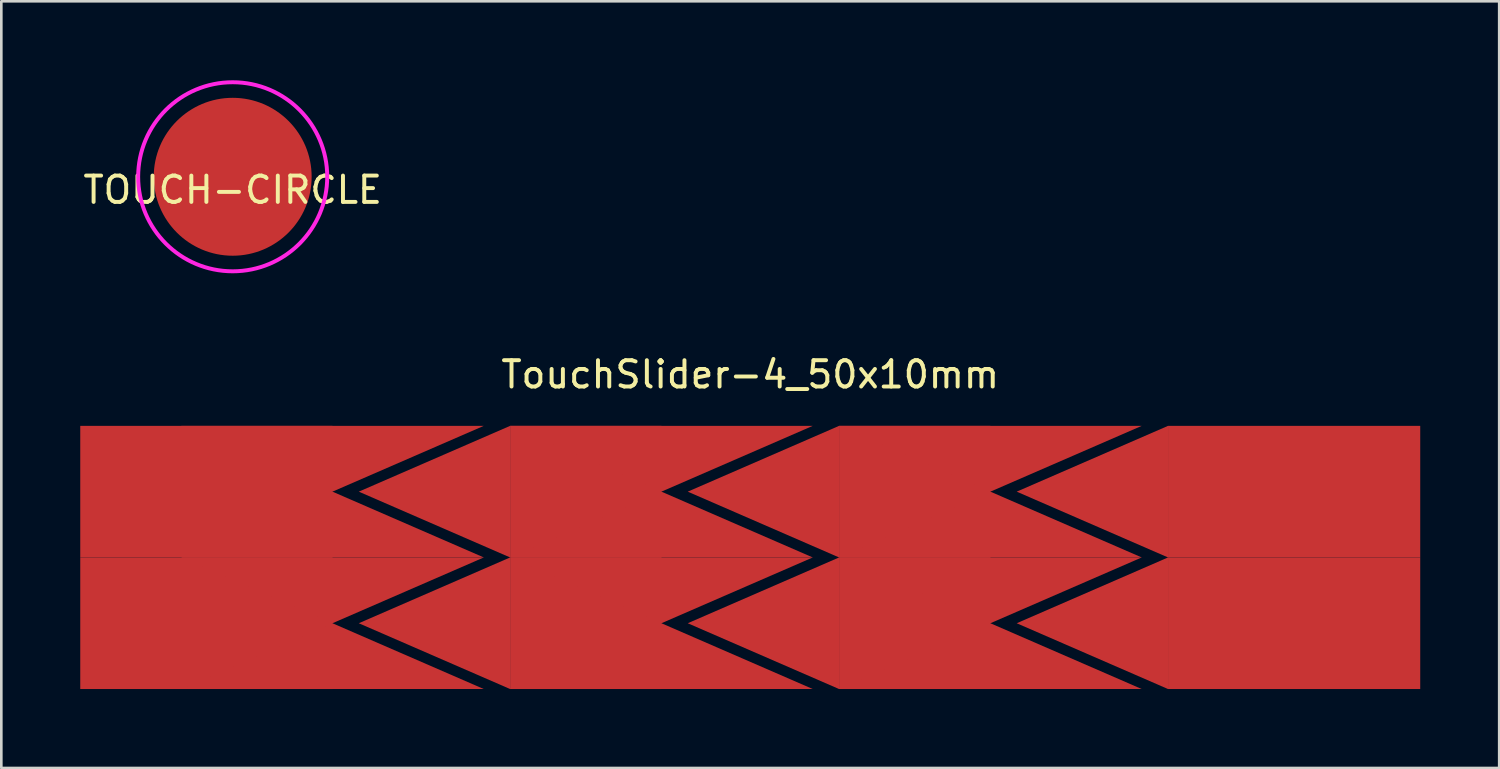
<source format=kicad_pcb>
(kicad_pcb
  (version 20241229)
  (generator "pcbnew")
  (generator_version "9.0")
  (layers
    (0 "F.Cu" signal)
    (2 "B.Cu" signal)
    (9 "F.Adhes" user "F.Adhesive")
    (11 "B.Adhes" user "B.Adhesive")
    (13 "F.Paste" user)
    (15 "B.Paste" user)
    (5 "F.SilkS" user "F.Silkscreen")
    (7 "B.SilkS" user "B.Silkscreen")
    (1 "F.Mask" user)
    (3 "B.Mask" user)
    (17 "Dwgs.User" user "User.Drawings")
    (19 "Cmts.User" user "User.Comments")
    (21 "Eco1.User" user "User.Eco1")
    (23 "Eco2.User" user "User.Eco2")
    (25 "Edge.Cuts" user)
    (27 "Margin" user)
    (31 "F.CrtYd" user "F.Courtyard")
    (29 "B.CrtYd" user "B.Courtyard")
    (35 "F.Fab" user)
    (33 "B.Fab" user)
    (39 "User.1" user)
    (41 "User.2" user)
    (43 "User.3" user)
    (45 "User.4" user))
  (footprint "TouchSlider-4_50x10mm"
    (layer "F.Cu")
    (at 25.458 18.132)
    (property "Reference" "TouchSlider-4_50x10mm" (at 0 -6.95 0) (layer "F.SilkS") (effects (font (size 1 1) (thickness 0.15))))
    (attr smd)
    (pad "1" smd rect (at -20.667 -2.5) (size 9.583 5) (layers "F.Cu" "F.Mask"))
    (pad "1" smd rect (at -20.667 2.5) (size 9.583 5) (layers "F.Cu" "F.Mask"))
    (pad "1" smd trapezoid (at -15.875 -3.75) (size 5.75 2.5) (rect_delta 0 -5.75) (layers "F.Cu" "F.Mask"))
    (pad "1" smd trapezoid (at -15.875 -1.25) (size 5.75 2.5) (rect_delta 0 5.75) (layers "F.Cu" "F.Mask"))
    (pad "1" smd trapezoid (at -15.875 1.25) (size 5.75 2.5) (rect_delta 0 -5.75) (layers "F.Cu" "F.Mask"))
    (pad "1" smd trapezoid (at -15.875 3.75) (size 5.75 2.5) (rect_delta 0 5.75) (layers "F.Cu" "F.Mask"))
    (pad "2" smd trapezoid (at -12 -2.5) (size 5.75 2.5) (rect_delta -2.5 0) (layers "F.Cu" "F.Mask"))
    (pad "2" smd trapezoid (at -12 2.5) (size 5.75 2.5) (rect_delta -2.5 0) (layers "F.Cu" "F.Mask"))
    (pad "2" smd rect (at -6.25 -2.5) (size 5.75 5) (layers "F.Cu" "F.Mask"))
    (pad "2" smd rect (at -6.25 2.5) (size 5.75 5) (layers "F.Cu" "F.Mask"))
    (pad "2" smd trapezoid (at -3.375 -3.75) (size 5.75 2.5) (rect_delta 0 -5.75) (layers "F.Cu" "F.Mask"))
    (pad "2" smd trapezoid (at -3.375 -1.25) (size 5.75 2.5) (rect_delta 0 5.75) (layers "F.Cu" "F.Mask"))
    (pad "2" smd trapezoid (at -3.375 1.25) (size 5.75 2.5) (rect_delta 0 -5.75) (layers "F.Cu" "F.Mask"))
    (pad "2" smd trapezoid (at -3.375 3.75) (size 5.75 2.5) (rect_delta 0 5.75) (layers "F.Cu" "F.Mask"))
    (pad "3" smd trapezoid (at 0.5 -2.5) (size 5.75 2.5) (rect_delta -2.5 0) (layers "F.Cu" "F.Mask"))
    (pad "3" smd trapezoid (at 0.5 2.5) (size 5.75 2.5) (rect_delta -2.5 0) (layers "F.Cu" "F.Mask"))
    (pad "3" smd rect (at 6.25 -2.5) (size 5.75 5) (layers "F.Cu" "F.Mask"))
    (pad "3" smd rect (at 6.25 2.5) (size 5.75 5) (layers "F.Cu" "F.Mask"))
    (pad "3" smd trapezoid (at 9.125 -3.75) (size 5.75 2.5) (rect_delta 0 -5.75) (layers "F.Cu" "F.Mask"))
    (pad "3" smd trapezoid (at 9.125 -1.25) (size 5.75 2.5) (rect_delta 0 5.75) (layers "F.Cu" "F.Mask"))
    (pad "3" smd trapezoid (at 9.125 1.25) (size 5.75 2.5) (rect_delta 0 -5.75) (layers "F.Cu" "F.Mask"))
    (pad "3" smd trapezoid (at 9.125 3.75) (size 5.75 2.5) (rect_delta 0 5.75) (layers "F.Cu" "F.Mask"))
    (pad "4" smd trapezoid (at 13 -2.5) (size 5.75 2.5) (rect_delta -2.5 0) (layers "F.Cu" "F.Mask"))
    (pad "4" smd trapezoid (at 13 2.5) (size 5.75 2.5) (rect_delta -2.5 0) (layers "F.Cu" "F.Mask"))
    (pad "4" smd rect (at 20.667 -2.5) (size 9.583 5) (layers "F.Cu" "F.Mask"))
    (pad "4" smd rect (at 20.667 2.5) (size 9.583 5) (layers "F.Cu" "F.Mask")))
  (footprint "TOUCH-CIRCLE"
    (layer "F.Cu")
    (at 5.792 3.667)
    (property "Reference" "TOUCH-CIRCLE" (at 0 0.5 0) (layer "F.SilkS") (effects (font (size 1 1) (thickness 0.15))))
    (attr through_hole)
    (fp_circle (center 0 0) (end -2.54 -2.54) (stroke (width 0.15) (type solid)) (fill no) (layer "F.CrtYd"))
    (pad "1" smd circle (at 0 0) (size 6 6) (layers "F.Cu" "F.Mask" "F.Paste")))
  (gr_rect
    (start -3 -3)
    (end 53.917 26.132)
    (stroke (width 0.1) (type default))
    (fill no)
    (layer "Edge.Cuts")))
</source>
